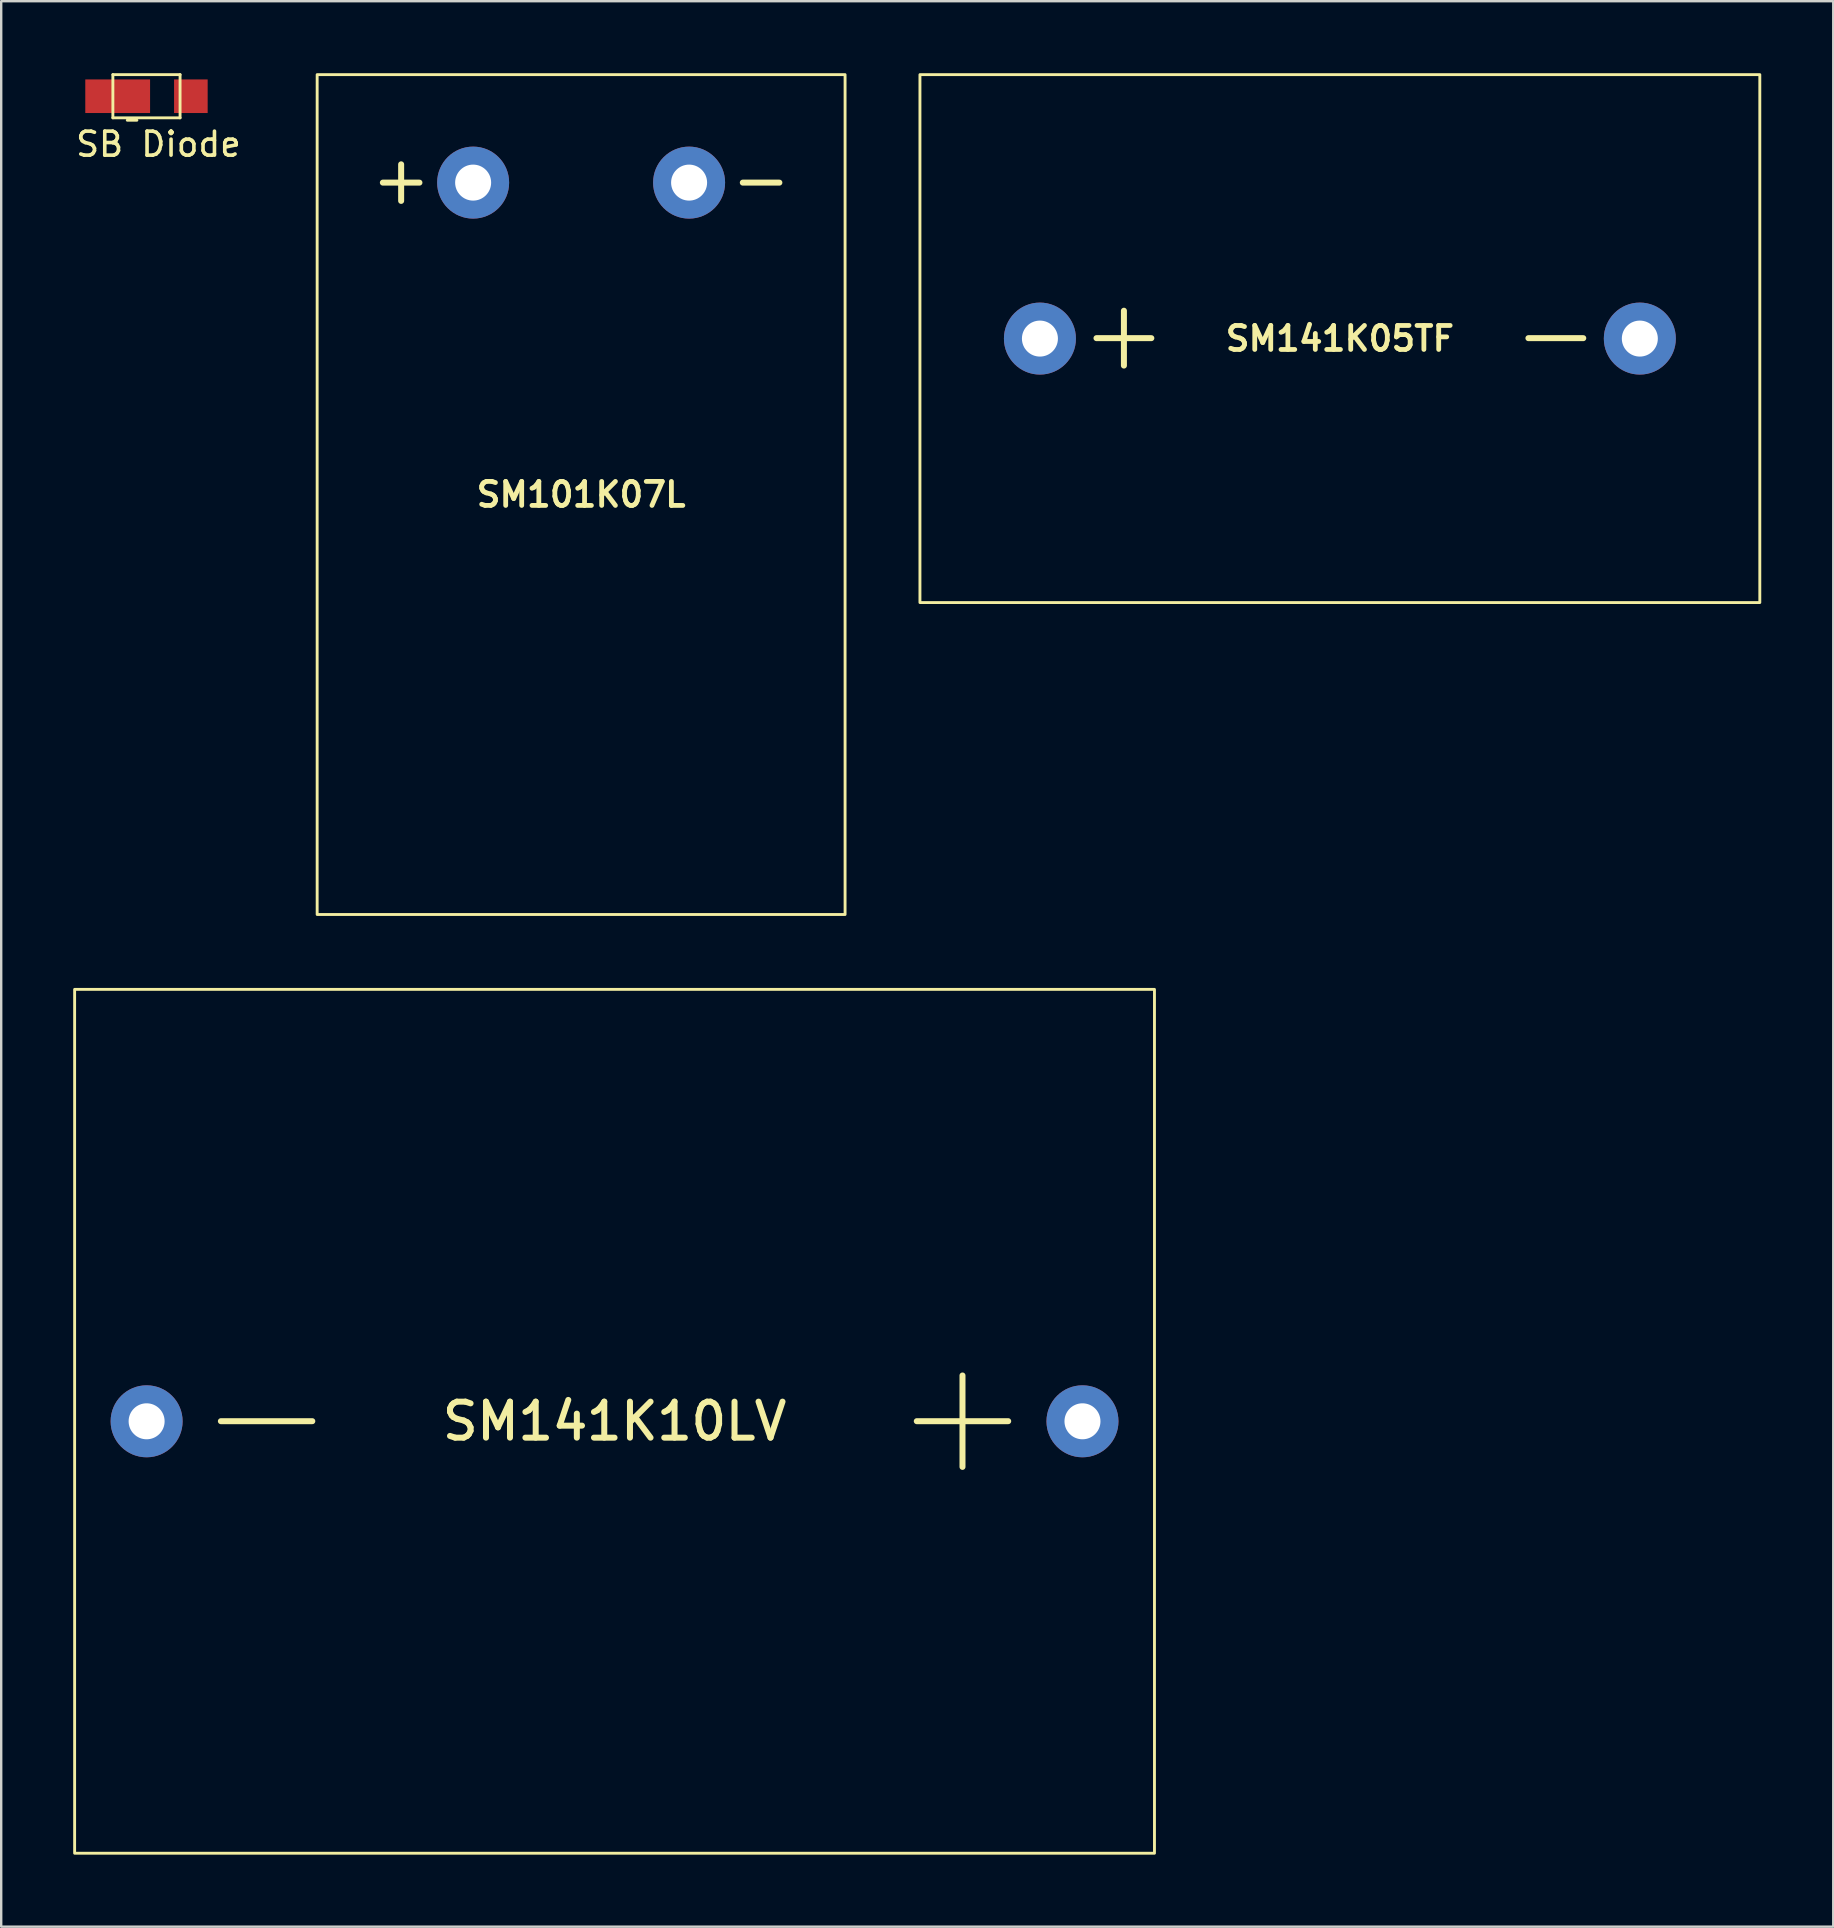
<source format=kicad_pcb>
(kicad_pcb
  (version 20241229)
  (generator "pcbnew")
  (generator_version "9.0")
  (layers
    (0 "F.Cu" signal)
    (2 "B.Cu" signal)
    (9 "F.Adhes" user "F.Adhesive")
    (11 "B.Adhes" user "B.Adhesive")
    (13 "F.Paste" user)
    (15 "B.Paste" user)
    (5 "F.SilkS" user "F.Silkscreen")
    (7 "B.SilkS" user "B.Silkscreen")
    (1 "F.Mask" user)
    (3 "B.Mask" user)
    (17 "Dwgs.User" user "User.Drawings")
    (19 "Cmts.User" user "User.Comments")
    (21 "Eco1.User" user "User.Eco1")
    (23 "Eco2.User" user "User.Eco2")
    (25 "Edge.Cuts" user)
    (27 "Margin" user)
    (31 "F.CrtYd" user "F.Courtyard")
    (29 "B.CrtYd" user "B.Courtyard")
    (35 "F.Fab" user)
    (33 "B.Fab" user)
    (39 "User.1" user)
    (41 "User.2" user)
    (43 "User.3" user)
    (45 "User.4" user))
  (footprint "SM101K07L"
    (layer "F.Cu")
    (at 21.167 17.56)
    (property "Reference" "SM101K07L" (at 0 0 0) (unlocked yes) (layer "F.SilkS") (effects (font (size 1 1) (thickness 0.2) (bold yes))))
    (attr smd)
    (fp_rect (start -11 -17.5) (end 11 17.5) (stroke (width 0.12) (type default)) (fill no) (layer "F.SilkS"))
    (fp_text user "-" (at 7.5 -13.15 0) (unlocked yes) (layer "F.SilkS") (effects (font (size 2 2) (thickness 0.25))))
    (fp_text user "+" (at -7.5 -13.15 0) (unlocked yes) (layer "F.SilkS") (effects (font (size 2 2) (thickness 0.25))))
    (pad "1" thru_hole circle (at -4.5 -13) (size 3 3) (drill 1.5) (layers "*.Cu" "*.Mask"))
    (pad "2" thru_hole circle (at 4.5 -13) (size 3 3) (drill 1.5) (layers "*.Cu" "*.Mask")))
  (footprint "SM141K05TF"
    (layer "F.Cu")
    (at 52.787 11.06)
    (property "Reference" "SM141K05TF" (at 0 0 0) (unlocked yes) (layer "F.SilkS") (effects (font (size 1 1) (thickness 0.2) (bold yes))))
    (attr smd)
    (fp_rect (start -17.5 -11) (end 17.5 11) (stroke (width 0.12) (type default)) (fill no) (layer "F.SilkS"))
    (fp_text user "+" (at -9 -0.25 0) (unlocked yes) (layer "F.SilkS") (effects (font (size 3 3) (thickness 0.25))))
    (fp_text user "-" (at 9 -0.25 0) (unlocked yes) (layer "F.SilkS") (effects (font (size 3 3) (thickness 0.25))))
    (pad "1" thru_hole circle (at -12.5 0) (size 3 3) (drill 1.5) (layers "*.Cu" "*.Mask"))
    (pad "2" thru_hole circle (at 12.5 0) (size 3 3) (drill 1.5) (layers "*.Cu" "*.Mask")))
  (footprint "SM141K10LV"
    (layer "F.Cu")
    (at 22.56 56.18)
    (property "Reference" "SM141K10LV" (at 0 0 0) (unlocked yes) (layer "F.SilkS") (effects (font (size 1.5 1.5) (thickness 0.25) (bold yes))))
    (attr smd)
    (fp_rect (start -22.5 -18) (end 22.5 18) (stroke (width 0.12) (type default)) (fill no) (layer "F.SilkS"))
    (fp_text user "-" (at -14.5 -0.4 0) (unlocked yes) (layer "F.SilkS") (effects (font (size 5 5) (thickness 0.25))))
    (fp_text user "+" (at 14.5 -0.4 0) (unlocked yes) (layer "F.SilkS") (effects (font (size 5 5) (thickness 0.25))))
    (pad "1" thru_hole circle (at 19.5 0) (size 3 3) (drill 1.5) (layers "*.Cu" "*.Mask"))
    (pad "2" thru_hole circle (at -19.5 0) (size 3 3) (drill 1.5) (layers "*.Cu" "*.Mask")))
  (footprint "SB Diode"
    (layer "F.Cu")
    (at 3.054 0.96)
    (property "Reference" "SB Diode" (at 0.5 2 0) (layer "F.SilkS") (effects (font (size 1 1) (thickness 0.15))))
    (attr through_hole)
    (fp_line (start -1.4 -0.9) (end 1.4 -0.9) (stroke (width 0.12) (type solid)) (layer "F.SilkS"))
    (fp_line (start -1.4 0.9) (end -1.4 -0.9) (stroke (width 0.12) (type solid)) (layer "F.SilkS"))
    (fp_line (start -0.8 1) (end -0.4 1) (stroke (width 0.12) (type solid)) (layer "F.SilkS"))
    (fp_line (start 1.4 -0.9) (end 1.4 0.9) (stroke (width 0.12) (type solid)) (layer "F.SilkS"))
    (fp_line (start 1.4 0.9) (end -1.4 0.9) (stroke (width 0.12) (type solid)) (layer "F.SilkS"))
    (pad "1" smd rect (at -1.2 0) (size 2.7 1.4) (layers "F.Cu" "F.Mask" "F.Paste"))
    (pad "2" smd rect (at 1.85 0) (size 1.4 1.4) (layers "F.Cu" "F.Mask" "F.Paste")))
  (gr_rect
    (start -3 -3)
    (end 73.347 77.24)
    (stroke (width 0.1) (type default))
    (fill no)
    (layer "Edge.Cuts")))
</source>
